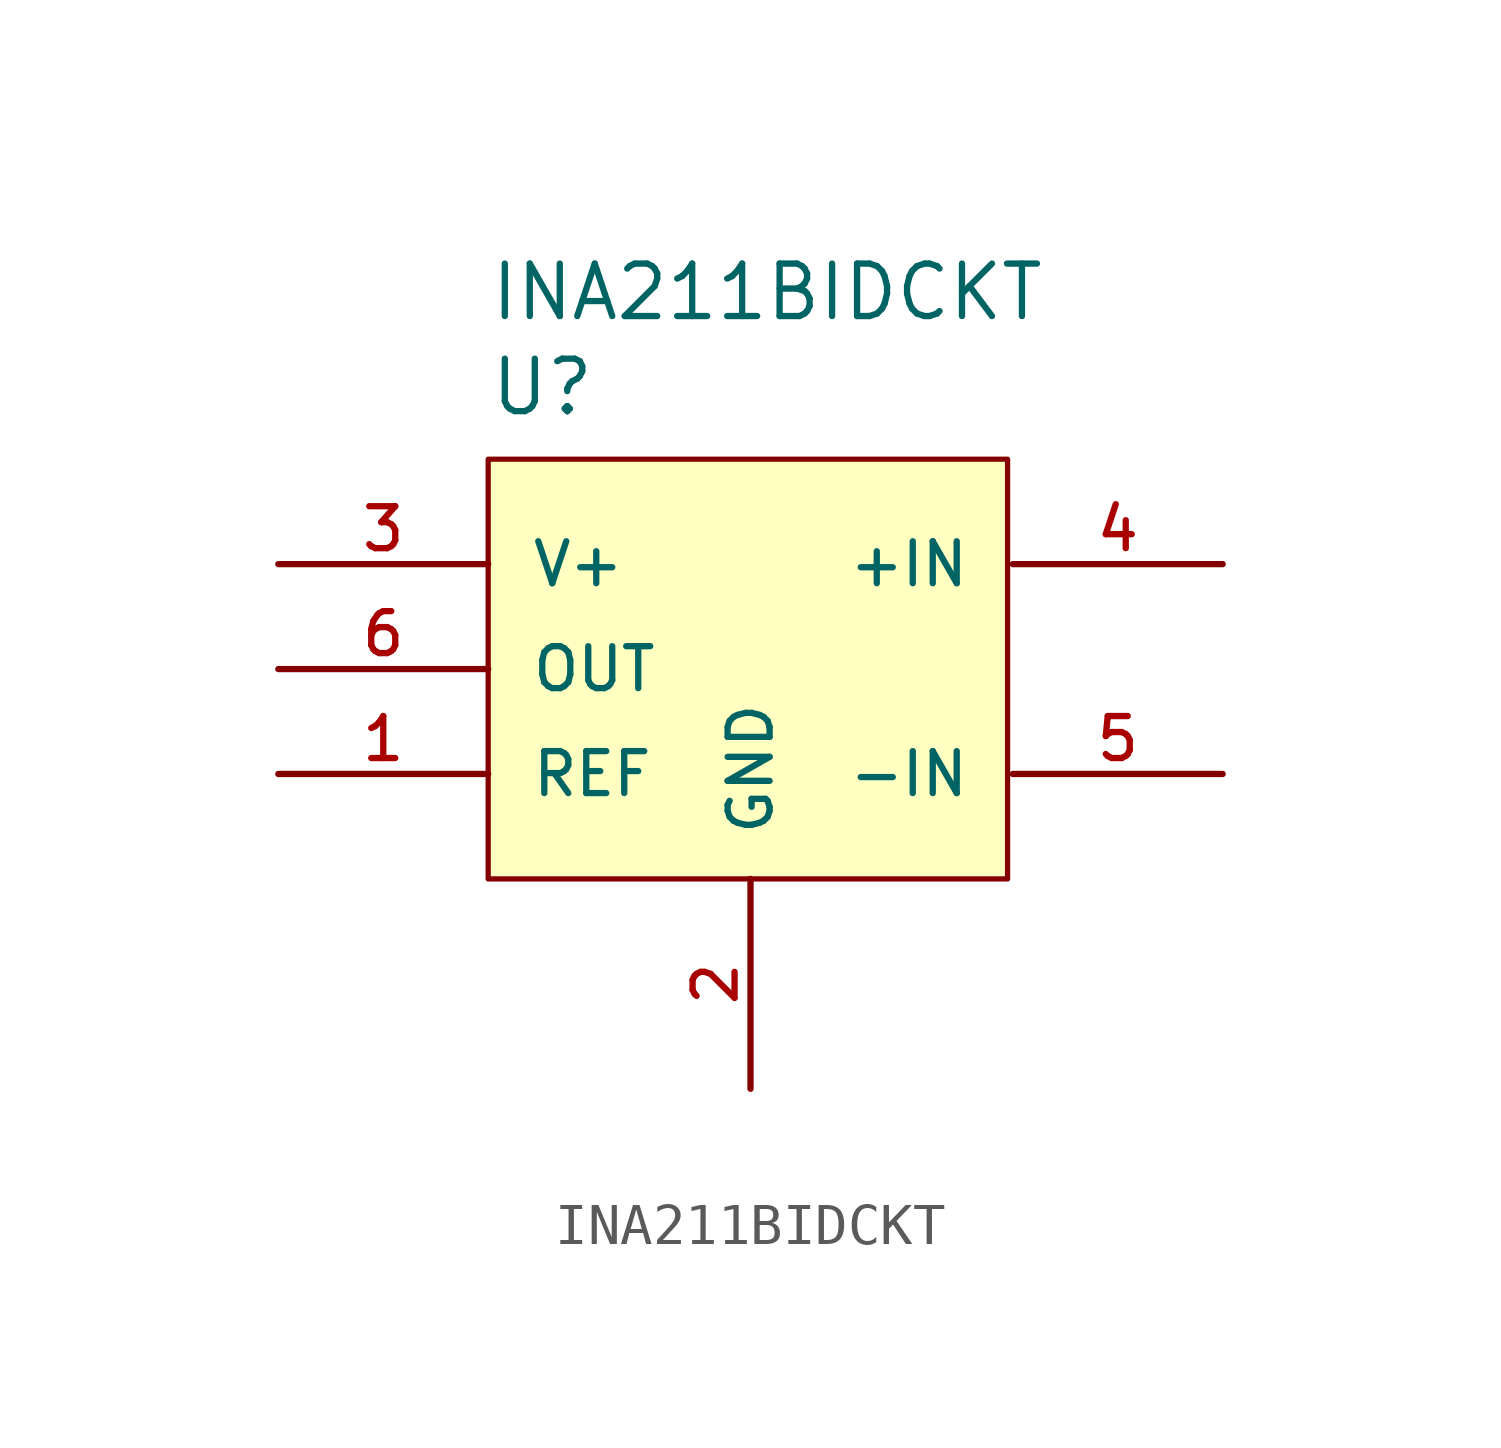
<source format=kicad_sym>
(kicad_symbol_lib
  (version 20231120)
  (generator "kicad_symbol_editor")
  (generator_version "8.0")
  (symbol "INA211BIDCKT"
    (pin_names
      (offset 1.016))
    (property "Reference" "U"
      (at -12.7 13.7 0)
      (effects (font (size 1.27 1.27)) (justify left bottom)))
    (property "Value" "INA211BIDCKT"
      (at -12.7 16.002 0)
      (effects (font (size 1.27 1.27)) (justify left bottom)))
    (symbol "INA211BIDCKT_0_0"
      (pin input line (at -17.78 5.08 0) (length 5.08) (name "REF" (effects (font (size 1.016 1.016)))) (number "1" (effects (font (size 1.016 1.016)))))
      (pin power_in line (at -6.35 -2.54 90) (length 5.08) (name "GND" (effects (font (size 1.016 1.016)))) (number "2" (effects (font (size 1.016 1.016)))))
      (pin power_in line (at -17.78 10.16 0) (length 5.08) (name "V+" (effects (font (size 1.016 1.016)))) (number "3" (effects (font (size 1.016 1.016)))))
      (pin input line (at 5.08 10.16 180) (length 5.08) (name "+IN" (effects (font (size 1.016 1.016)))) (number "4" (effects (font (size 1.016 1.016)))))
      (pin input line (at 5.08 5.08 180) (length 5.08) (name "-IN" (effects (font (size 1.016 1.016)))) (number "5" (effects (font (size 1.016 1.016)))))
      (pin output line (at -17.78 7.62 0) (length 5.08) (name "OUT" (effects (font (size 1.016 1.016)))) (number "6" (effects (font (size 1.016 1.016))))))
    (symbol "INA211BIDCKT_1_0"
      (rectangle (start -12.7 12.7) (end -0.127 2.54) (stroke (width 0.127) (type default)) (fill (type background))))))
</source>
